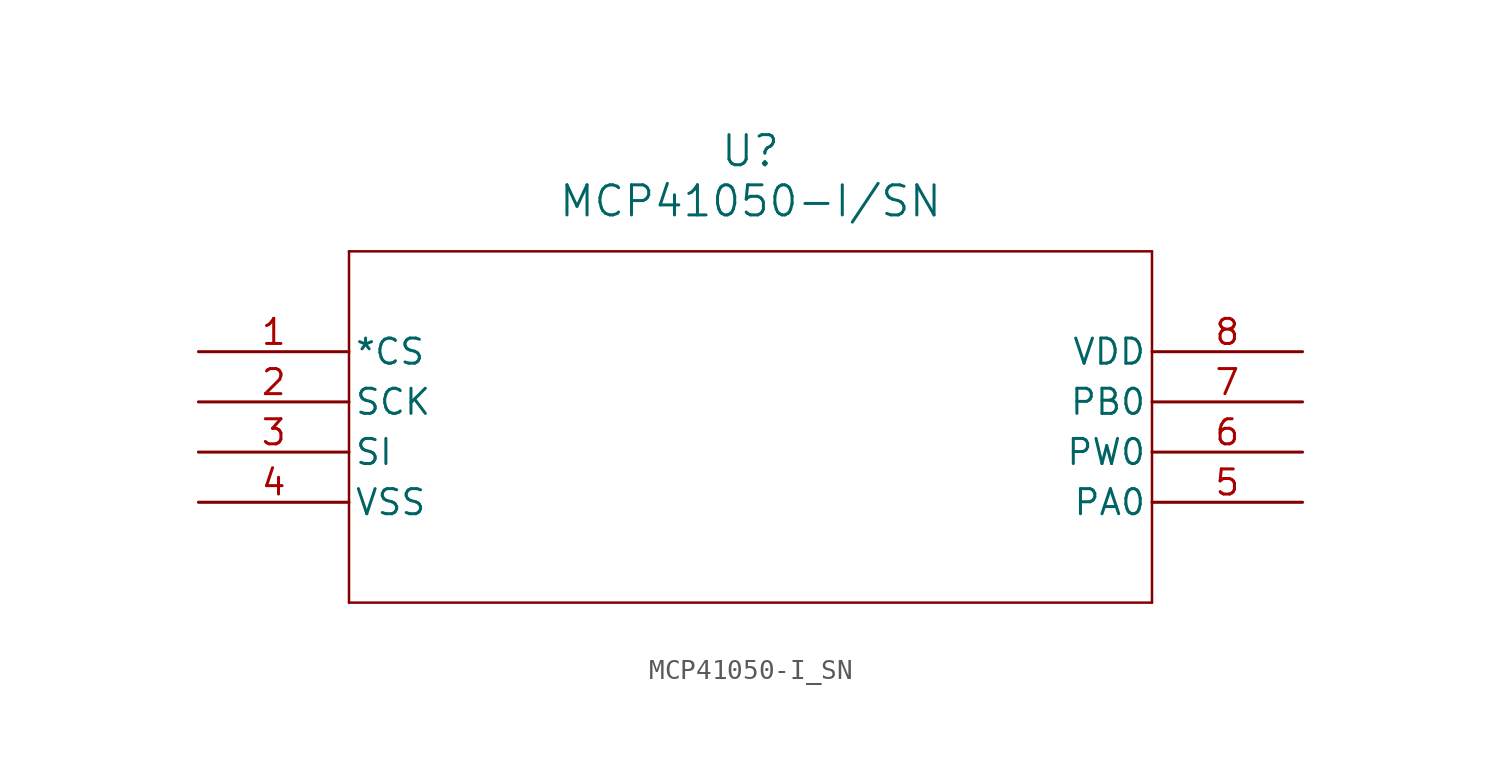
<source format=kicad_sym>
(kicad_symbol_lib
  (version 20211014)
  (generator kicad_symbol_editor)
  (symbol "MCP41050-I_SN"
    (pin_names
      (offset 0.254))
    (property "Reference" "U"
      (at 27.94 10.16 0)
      (effects (font (size 1.524 1.524))))
    (property "Value" "MCP41050-I/SN"
      (at 27.94 7.62 0)
      (effects (font (size 1.524 1.524))))
    (symbol "MCP41050-I_SN_0_1"
      (polyline (pts (xy 7.62 5.08) (xy 7.62 -12.7)) (stroke (width 0.127) (type default) (color 0 0 0 0)) (fill (type none)))
      (polyline (pts (xy 7.62 -12.7) (xy 48.26 -12.7)) (stroke (width 0.127) (type default) (color 0 0 0 0)) (fill (type none)))
      (polyline (pts (xy 48.26 -12.7) (xy 48.26 5.08)) (stroke (width 0.127) (type default) (color 0 0 0 0)) (fill (type none)))
      (polyline (pts (xy 48.26 5.08) (xy 7.62 5.08)) (stroke (width 0.127) (type default) (color 0 0 0 0)) (fill (type none)))
      (pin input line (at 0 0 0) (length 7.62) (name "*CS" (effects (font (size 1.27 1.27)))) (number "1" (effects (font (size 1.27 1.27)))))
      (pin input line (at 0 -2.54 0) (length 7.62) (name "SCK" (effects (font (size 1.27 1.27)))) (number "2" (effects (font (size 1.27 1.27)))))
      (pin input line (at 0 -5.08 0) (length 7.62) (name "SI" (effects (font (size 1.27 1.27)))) (number "3" (effects (font (size 1.27 1.27)))))
      (pin unspecified line (at 0 -7.62 0) (length 7.62) (name "VSS" (effects (font (size 1.27 1.27)))) (number "4" (effects (font (size 1.27 1.27)))))
      (pin unspecified line (at 55.88 -7.62 180) (length 7.62) (name "PA0" (effects (font (size 1.27 1.27)))) (number "5" (effects (font (size 1.27 1.27)))))
      (pin unspecified line (at 55.88 -5.08 180) (length 7.62) (name "PW0" (effects (font (size 1.27 1.27)))) (number "6" (effects (font (size 1.27 1.27)))))
      (pin unspecified line (at 55.88 -2.54 180) (length 7.62) (name "PB0" (effects (font (size 1.27 1.27)))) (number "7" (effects (font (size 1.27 1.27)))))
      (pin unspecified line (at 55.88 0 180) (length 7.62) (name "VDD" (effects (font (size 1.27 1.27)))) (number "8" (effects (font (size 1.27 1.27))))))))
</source>
